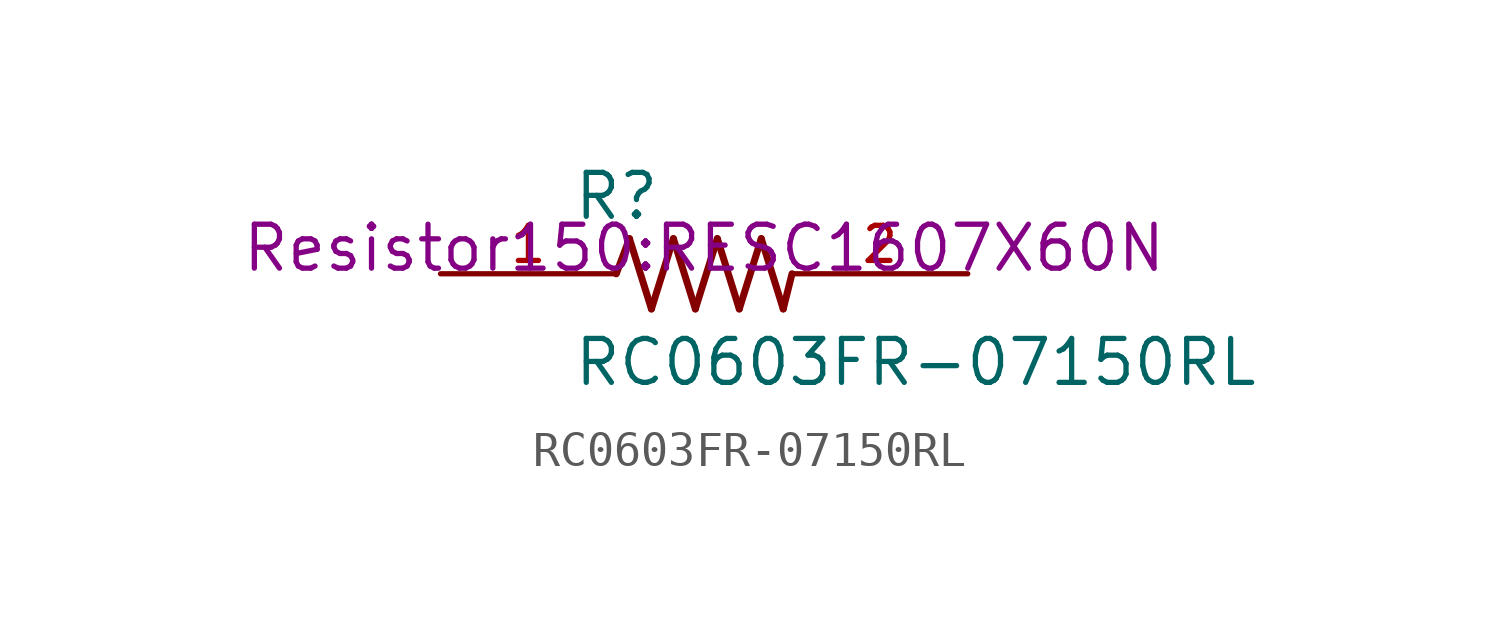
<source format=kicad_sym>
(kicad_symbol_lib
  (version 20241209)
  (generator "kicad_symbol_editor")
  (generator_version "9.0")
  (symbol "RC0603FR-07150RL"
    (pin_names
      (offset 1.016))
    (property "Reference" "R"
      (at -3.81 1.499 0)
      (effects (font (size 1.27 1.27)) (justify left bottom)))
    (property "Value" "RC0603FR-07150RL"
      (at -3.81 -3.302 0)
      (effects (font (size 1.27 1.27)) (justify left bottom)))
    (property "Footprint" "Resistor150:RESC1607X60N"
      (at 0 0 0)
      (effects (font (size 1.27 1.27)) (justify bottom)))
    (symbol "RC0603FR-07150RL_0_0"
      (polyline (pts (xy -2.54 0) (xy -2.159 1.016)) (stroke (width 0.203) (type default)) (fill (type none)))
      (polyline (pts (xy -2.159 1.016) (xy -1.524 -1.016)) (stroke (width 0.203) (type default)) (fill (type none)))
      (polyline (pts (xy -1.524 -1.016) (xy -0.889 1.016)) (stroke (width 0.203) (type default)) (fill (type none)))
      (polyline (pts (xy -0.889 1.016) (xy -0.254 -1.016)) (stroke (width 0.203) (type default)) (fill (type none)))
      (polyline (pts (xy -0.254 -1.016) (xy 0.381 1.016)) (stroke (width 0.203) (type default)) (fill (type none)))
      (polyline (pts (xy 0.381 1.016) (xy 1.016 -1.016)) (stroke (width 0.203) (type default)) (fill (type none)))
      (polyline (pts (xy 1.016 -1.016) (xy 1.651 1.016)) (stroke (width 0.203) (type default)) (fill (type none)))
      (polyline (pts (xy 1.651 1.016) (xy 2.286 -1.016)) (stroke (width 0.203) (type default)) (fill (type none)))
      (polyline (pts (xy 2.286 -1.016) (xy 2.54 0)) (stroke (width 0.203) (type default)) (fill (type none)))
      (pin passive line (at -7.62 0 0) (length 5.08) (name "~" (effects (font (size 1.016 1.016)))) (number "1" (effects (font (size 1.016 1.016)))))
      (pin passive line (at 7.62 0 180) (length 5.08) (name "~" (effects (font (size 1.016 1.016)))) (number "2" (effects (font (size 1.016 1.016))))))))
</source>
